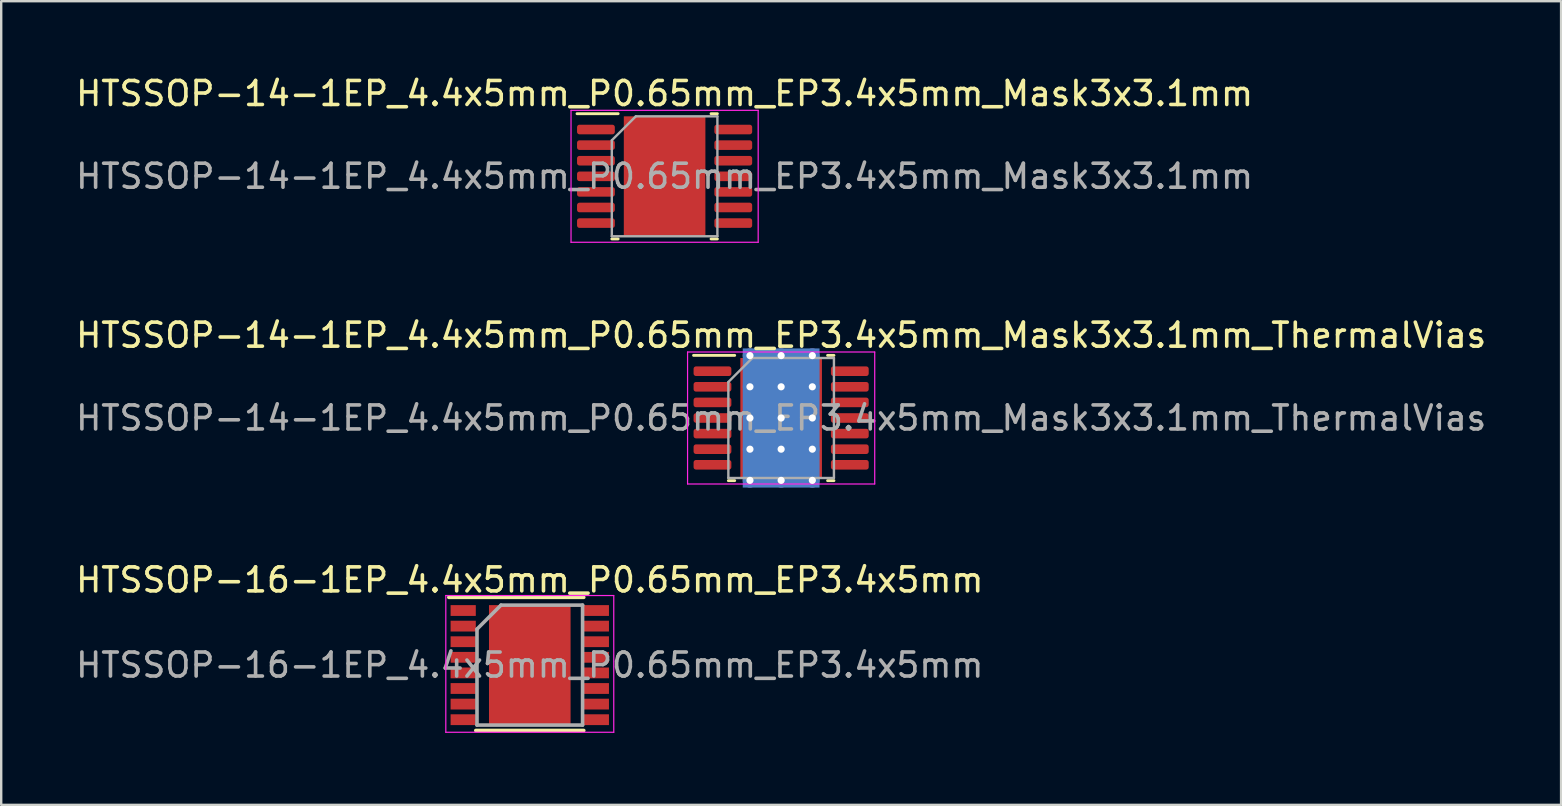
<source format=kicad_pcb>
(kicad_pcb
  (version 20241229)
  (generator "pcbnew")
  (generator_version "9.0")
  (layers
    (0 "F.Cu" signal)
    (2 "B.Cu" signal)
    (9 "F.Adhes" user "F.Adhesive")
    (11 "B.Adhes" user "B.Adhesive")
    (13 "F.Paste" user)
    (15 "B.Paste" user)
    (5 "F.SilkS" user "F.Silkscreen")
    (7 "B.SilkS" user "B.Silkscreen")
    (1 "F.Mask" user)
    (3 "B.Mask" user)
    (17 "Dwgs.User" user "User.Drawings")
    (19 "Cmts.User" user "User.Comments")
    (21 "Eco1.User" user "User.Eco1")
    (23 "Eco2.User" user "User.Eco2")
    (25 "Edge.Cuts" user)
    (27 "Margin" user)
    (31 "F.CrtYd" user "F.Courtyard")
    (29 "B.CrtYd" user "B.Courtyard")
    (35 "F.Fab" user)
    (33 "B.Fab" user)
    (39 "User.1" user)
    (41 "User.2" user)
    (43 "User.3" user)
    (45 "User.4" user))
  (footprint "HTSSOP-14-1EP_4.4x5mm_P0.65mm_EP3.4x5mm_Mask3x3.1mm"
    (layer "F.Cu")
    (at 24.649 4.298)
    (property "Reference" "HTSSOP-14-1EP_4.4x5mm_P0.65mm_EP3.4x5mm_Mask3x3.1mm" (at 0 -3.45 0) (layer "F.SilkS") (effects (font (size 1 1) (thickness 0.15))))
    (attr smd)
    (fp_line (start -1.936 -2.61) (end -3.65 -2.61) (stroke (width 0.12) (type solid)) (layer "F.SilkS"))
    (fp_line (start -1.936 2.61) (end -2.2 2.61) (stroke (width 0.12) (type solid)) (layer "F.SilkS"))
    (fp_line (start 1.936 -2.61) (end 2.2 -2.61) (stroke (width 0.12) (type solid)) (layer "F.SilkS"))
    (fp_line (start 1.936 2.61) (end 2.2 2.61) (stroke (width 0.12) (type solid)) (layer "F.SilkS"))
    (fp_line (start -3.9 -2.75) (end -3.9 2.75) (stroke (width 0.05) (type solid)) (layer "F.CrtYd"))
    (fp_line (start -3.9 2.75) (end 3.9 2.75) (stroke (width 0.05) (type solid)) (layer "F.CrtYd"))
    (fp_line (start 3.9 -2.75) (end -3.9 -2.75) (stroke (width 0.05) (type solid)) (layer "F.CrtYd"))
    (fp_line (start 3.9 2.75) (end 3.9 -2.75) (stroke (width 0.05) (type solid)) (layer "F.CrtYd"))
    (fp_line (start -2.2 -1.5) (end -1.2 -2.5) (stroke (width 0.1) (type solid)) (layer "F.Fab"))
    (fp_line (start -2.2 2.5) (end -2.2 -1.5) (stroke (width 0.1) (type solid)) (layer "F.Fab"))
    (fp_line (start -1.2 -2.5) (end 2.2 -2.5) (stroke (width 0.1) (type solid)) (layer "F.Fab"))
    (fp_line (start 2.2 -2.5) (end 2.2 2.5) (stroke (width 0.1) (type solid)) (layer "F.Fab"))
    (fp_line (start 2.2 2.5) (end -2.2 2.5) (stroke (width 0.1) (type solid)) (layer "F.Fab"))
    (fp_text user "${REFERENCE}" (at 0 0 0) (layer "F.Fab") (effects (font (size 1 1) (thickness 0.15))))
    (pad "" smd roundrect (at -0.75 -0.775) (size 1.21 1.25) (layers "F.Paste") (roundrect_rratio 0.207))
    (pad "" smd roundrect (at -0.75 0.775) (size 1.21 1.25) (layers "F.Paste") (roundrect_rratio 0.207))
    (pad "" smd rect (at 0 0) (size 3 3.1) (layers "F.Mask"))
    (pad "" smd roundrect (at 0.75 -0.775) (size 1.21 1.25) (layers "F.Paste") (roundrect_rratio 0.207))
    (pad "" smd roundrect (at 0.75 0.775) (size 1.21 1.25) (layers "F.Paste") (roundrect_rratio 0.207))
    (pad "1" smd roundrect (at -2.862 -1.95) (size 1.575 0.4) (layers "F.Cu" "F.Mask" "F.Paste") (roundrect_rratio 0.25))
    (pad "2" smd roundrect (at -2.862 -1.3) (size 1.575 0.4) (layers "F.Cu" "F.Mask" "F.Paste") (roundrect_rratio 0.25))
    (pad "3" smd roundrect (at -2.862 -0.65) (size 1.575 0.4) (layers "F.Cu" "F.Mask" "F.Paste") (roundrect_rratio 0.25))
    (pad "4" smd roundrect (at -2.862 0) (size 1.575 0.4) (layers "F.Cu" "F.Mask" "F.Paste") (roundrect_rratio 0.25))
    (pad "5" smd roundrect (at -2.862 0.65) (size 1.575 0.4) (layers "F.Cu" "F.Mask" "F.Paste") (roundrect_rratio 0.25))
    (pad "6" smd roundrect (at -2.862 1.3) (size 1.575 0.4) (layers "F.Cu" "F.Mask" "F.Paste") (roundrect_rratio 0.25))
    (pad "7" smd roundrect (at -2.862 1.95) (size 1.575 0.4) (layers "F.Cu" "F.Mask" "F.Paste") (roundrect_rratio 0.25))
    (pad "8" smd roundrect (at 2.862 1.95) (size 1.575 0.4) (layers "F.Cu" "F.Mask" "F.Paste") (roundrect_rratio 0.25))
    (pad "9" smd roundrect (at 2.862 1.3) (size 1.575 0.4) (layers "F.Cu" "F.Mask" "F.Paste") (roundrect_rratio 0.25))
    (pad "10" smd roundrect (at 2.862 0.65) (size 1.575 0.4) (layers "F.Cu" "F.Mask" "F.Paste") (roundrect_rratio 0.25))
    (pad "11" smd roundrect (at 2.862 0) (size 1.575 0.4) (layers "F.Cu" "F.Mask" "F.Paste") (roundrect_rratio 0.25))
    (pad "12" smd roundrect (at 2.862 -0.65) (size 1.575 0.4) (layers "F.Cu" "F.Mask" "F.Paste") (roundrect_rratio 0.25))
    (pad "13" smd roundrect (at 2.862 -1.3) (size 1.575 0.4) (layers "F.Cu" "F.Mask" "F.Paste") (roundrect_rratio 0.25))
    (pad "14" smd roundrect (at 2.862 -1.95) (size 1.575 0.4) (layers "F.Cu" "F.Mask" "F.Paste") (roundrect_rratio 0.25))
    (pad "15" smd rect (at 0 0) (size 3.4 5) (layers "F.Cu")))
  (footprint "HTSSOP-14-1EP_4.4x5mm_P0.65mm_EP3.4x5mm_Mask3x3.1mm_ThermalVias"
    (layer "F.Cu")
    (at 29.506 14.371)
    (property "Reference" "HTSSOP-14-1EP_4.4x5mm_P0.65mm_EP3.4x5mm_Mask3x3.1mm_ThermalVias" (at 0 -3.45 0) (layer "F.SilkS") (effects (font (size 1 1) (thickness 0.15))))
    (attr smd)
    (fp_line (start -1.936 -2.61) (end -3.65 -2.61) (stroke (width 0.12) (type solid)) (layer "F.SilkS"))
    (fp_line (start -1.936 2.61) (end -2.2 2.61) (stroke (width 0.12) (type solid)) (layer "F.SilkS"))
    (fp_line (start 1.936 -2.61) (end 2.2 -2.61) (stroke (width 0.12) (type solid)) (layer "F.SilkS"))
    (fp_line (start 1.936 2.61) (end 2.2 2.61) (stroke (width 0.12) (type solid)) (layer "F.SilkS"))
    (fp_line (start -3.9 -2.75) (end -3.9 2.75) (stroke (width 0.05) (type solid)) (layer "F.CrtYd"))
    (fp_line (start -3.9 2.75) (end 3.9 2.75) (stroke (width 0.05) (type solid)) (layer "F.CrtYd"))
    (fp_line (start 3.9 -2.75) (end -3.9 -2.75) (stroke (width 0.05) (type solid)) (layer "F.CrtYd"))
    (fp_line (start 3.9 2.75) (end 3.9 -2.75) (stroke (width 0.05) (type solid)) (layer "F.CrtYd"))
    (fp_line (start -2.2 -1.5) (end -1.2 -2.5) (stroke (width 0.1) (type solid)) (layer "F.Fab"))
    (fp_line (start -2.2 2.5) (end -2.2 -1.5) (stroke (width 0.1) (type solid)) (layer "F.Fab"))
    (fp_line (start -1.2 -2.5) (end 2.2 -2.5) (stroke (width 0.1) (type solid)) (layer "F.Fab"))
    (fp_line (start 2.2 -2.5) (end 2.2 2.5) (stroke (width 0.1) (type solid)) (layer "F.Fab"))
    (fp_line (start 2.2 2.5) (end -2.2 2.5) (stroke (width 0.1) (type solid)) (layer "F.Fab"))
    (fp_text user "${REFERENCE}" (at 0 0 0) (layer "F.Fab") (effects (font (size 1 1) (thickness 0.15))))
    (pad "" smd roundrect (at -0.75 -0.775) (size 1.21 1.25) (layers "F.Paste") (roundrect_rratio 0.207))
    (pad "" smd roundrect (at -0.75 0.775) (size 1.21 1.25) (layers "F.Paste") (roundrect_rratio 0.207))
    (pad "" smd rect (at 0 0) (size 3 3.1) (layers "F.Mask"))
    (pad "" smd roundrect (at 0.75 -0.775) (size 1.21 1.25) (layers "F.Paste") (roundrect_rratio 0.207))
    (pad "" smd roundrect (at 0.75 0.775) (size 1.21 1.25) (layers "F.Paste") (roundrect_rratio 0.207))
    (pad "1" smd roundrect (at -2.862 -1.95) (size 1.575 0.4) (layers "F.Cu" "F.Mask" "F.Paste") (roundrect_rratio 0.25))
    (pad "2" smd roundrect (at -2.862 -1.3) (size 1.575 0.4) (layers "F.Cu" "F.Mask" "F.Paste") (roundrect_rratio 0.25))
    (pad "3" smd roundrect (at -2.862 -0.65) (size 1.575 0.4) (layers "F.Cu" "F.Mask" "F.Paste") (roundrect_rratio 0.25))
    (pad "4" smd roundrect (at -2.862 0) (size 1.575 0.4) (layers "F.Cu" "F.Mask" "F.Paste") (roundrect_rratio 0.25))
    (pad "5" smd roundrect (at -2.862 0.65) (size 1.575 0.4) (layers "F.Cu" "F.Mask" "F.Paste") (roundrect_rratio 0.25))
    (pad "6" smd roundrect (at -2.862 1.3) (size 1.575 0.4) (layers "F.Cu" "F.Mask" "F.Paste") (roundrect_rratio 0.25))
    (pad "7" smd roundrect (at -2.862 1.95) (size 1.575 0.4) (layers "F.Cu" "F.Mask" "F.Paste") (roundrect_rratio 0.25))
    (pad "8" smd roundrect (at 2.862 1.95) (size 1.575 0.4) (layers "F.Cu" "F.Mask" "F.Paste") (roundrect_rratio 0.25))
    (pad "9" smd roundrect (at 2.862 1.3) (size 1.575 0.4) (layers "F.Cu" "F.Mask" "F.Paste") (roundrect_rratio 0.25))
    (pad "10" smd roundrect (at 2.862 0.65) (size 1.575 0.4) (layers "F.Cu" "F.Mask" "F.Paste") (roundrect_rratio 0.25))
    (pad "11" smd roundrect (at 2.862 0) (size 1.575 0.4) (layers "F.Cu" "F.Mask" "F.Paste") (roundrect_rratio 0.25))
    (pad "12" smd roundrect (at 2.862 -0.65) (size 1.575 0.4) (layers "F.Cu" "F.Mask" "F.Paste") (roundrect_rratio 0.25))
    (pad "13" smd roundrect (at 2.862 -1.3) (size 1.575 0.4) (layers "F.Cu" "F.Mask" "F.Paste") (roundrect_rratio 0.25))
    (pad "14" smd roundrect (at 2.862 -1.95) (size 1.575 0.4) (layers "F.Cu" "F.Mask" "F.Paste") (roundrect_rratio 0.25))
    (pad "15" thru_hole circle (at -1.3 -2.6) (size 0.6 0.6) (drill 0.3) (layers "*.Cu"))
    (pad "15" thru_hole circle (at -1.3 -1.3) (size 0.6 0.6) (drill 0.3) (layers "*.Cu"))
    (pad "15" thru_hole circle (at -1.3 0) (size 0.6 0.6) (drill 0.3) (layers "*.Cu"))
    (pad "15" thru_hole circle (at -1.3 1.3) (size 0.6 0.6) (drill 0.3) (layers "*.Cu"))
    (pad "15" thru_hole circle (at -1.3 2.6) (size 0.6 0.6) (drill 0.3) (layers "*.Cu"))
    (pad "15" thru_hole circle (at 0 -2.6) (size 0.6 0.6) (drill 0.3) (layers "*.Cu"))
    (pad "15" thru_hole circle (at 0 -1.3) (size 0.6 0.6) (drill 0.3) (layers "*.Cu"))
    (pad "15" thru_hole circle (at 0 0) (size 0.6 0.6) (drill 0.3) (layers "*.Cu"))
    (pad "15" smd rect (at 0 0) (size 3.2 5.8) (layers "B.Cu"))
    (pad "15" smd rect (at 0 0) (size 3.4 5) (layers "F.Cu"))
    (pad "15" thru_hole circle (at 0 1.3) (size 0.6 0.6) (drill 0.3) (layers "*.Cu"))
    (pad "15" thru_hole circle (at 0 2.6) (size 0.6 0.6) (drill 0.3) (layers "*.Cu"))
    (pad "15" thru_hole circle (at 1.3 -2.6) (size 0.6 0.6) (drill 0.3) (layers "*.Cu"))
    (pad "15" thru_hole circle (at 1.3 -1.3) (size 0.6 0.6) (drill 0.3) (layers "*.Cu"))
    (pad "15" thru_hole circle (at 1.3 0) (size 0.6 0.6) (drill 0.3) (layers "*.Cu"))
    (pad "15" thru_hole circle (at 1.3 1.3) (size 0.6 0.6) (drill 0.3) (layers "*.Cu"))
    (pad "15" thru_hole circle (at 1.3 2.6) (size 0.6 0.6) (drill 0.3) (layers "*.Cu")))
  (footprint "HTSSOP-16-1EP_4.4x5mm_P0.65mm_EP3.4x5mm"
    (layer "F.Cu")
    (at 19.03 24.67)
    (property "Reference" "HTSSOP-16-1EP_4.4x5mm_P0.65mm_EP3.4x5mm" (at 0 -3.55 0) (layer "F.SilkS") (effects (font (size 1 1) (thickness 0.15))))
    (attr smd)
    (fp_line (start -3.375 -2.825) (end 2.25 -2.825) (stroke (width 0.15) (type solid)) (layer "F.SilkS"))
    (fp_line (start -2.25 2.725) (end 2.25 2.725) (stroke (width 0.15) (type solid)) (layer "F.SilkS"))
    (fp_line (start -3.5 -2.9) (end -3.5 2.8) (stroke (width 0.05) (type solid)) (layer "F.CrtYd"))
    (fp_line (start -3.5 -2.9) (end 3.5 -2.9) (stroke (width 0.05) (type solid)) (layer "F.CrtYd"))
    (fp_line (start -3.5 2.8) (end 3.5 2.8) (stroke (width 0.05) (type solid)) (layer "F.CrtYd"))
    (fp_line (start 3.5 -2.9) (end 3.5 2.8) (stroke (width 0.05) (type solid)) (layer "F.CrtYd"))
    (fp_line (start -2.2 -1.5) (end -1.2 -2.5) (stroke (width 0.15) (type solid)) (layer "F.Fab"))
    (fp_line (start -2.2 2.5) (end -2.2 -1.5) (stroke (width 0.15) (type solid)) (layer "F.Fab"))
    (fp_line (start -1.2 -2.5) (end 2.2 -2.5) (stroke (width 0.15) (type solid)) (layer "F.Fab"))
    (fp_line (start 2.2 -2.5) (end 2.2 2.5) (stroke (width 0.15) (type solid)) (layer "F.Fab"))
    (fp_line (start 2.2 2.5) (end -2.2 2.5) (stroke (width 0.15) (type solid)) (layer "F.Fab"))
    (fp_text user "${REFERENCE}" (at 0 0 0) (layer "F.Fab") (effects (font (size 1 1) (thickness 0.15))))
    (pad "" smd rect (at -1.133 -1.875) (size 0.88 1.05) (layers "F.Paste"))
    (pad "" smd rect (at -1.133 -0.625) (size 0.88 1.05) (layers "F.Paste"))
    (pad "" smd rect (at -1.133 0.625) (size 0.88 1.05) (layers "F.Paste"))
    (pad "" smd rect (at -1.133 1.875) (size 0.88 1.05) (layers "F.Paste"))
    (pad "" smd rect (at 0 -1.875) (size 0.88 1.05) (layers "F.Paste"))
    (pad "" smd rect (at 0 -0.625) (size 0.88 1.05) (layers "F.Paste"))
    (pad "" smd rect (at 0 0.625) (size 0.88 1.05) (layers "F.Paste"))
    (pad "" smd rect (at 0 1.875) (size 0.88 1.05) (layers "F.Paste"))
    (pad "" smd rect (at 1.133 -1.875) (size 0.88 1.05) (layers "F.Paste"))
    (pad "" smd rect (at 1.133 -0.625) (size 0.88 1.05) (layers "F.Paste"))
    (pad "" smd rect (at 1.133 0.625) (size 0.88 1.05) (layers "F.Paste"))
    (pad "" smd rect (at 1.133 1.875) (size 0.88 1.05) (layers "F.Paste"))
    (pad "1" smd rect (at -2.775 -2.275) (size 1.05 0.45) (layers "F.Cu" "F.Mask" "F.Paste"))
    (pad "2" smd rect (at -2.775 -1.625) (size 1.05 0.45) (layers "F.Cu" "F.Mask" "F.Paste"))
    (pad "3" smd rect (at -2.775 -0.975) (size 1.05 0.45) (layers "F.Cu" "F.Mask" "F.Paste"))
    (pad "4" smd rect (at -2.775 -0.325) (size 1.05 0.45) (layers "F.Cu" "F.Mask" "F.Paste"))
    (pad "5" smd rect (at -2.775 0.325) (size 1.05 0.45) (layers "F.Cu" "F.Mask" "F.Paste"))
    (pad "6" smd rect (at -2.775 0.975) (size 1.05 0.45) (layers "F.Cu" "F.Mask" "F.Paste"))
    (pad "7" smd rect (at -2.775 1.625) (size 1.05 0.45) (layers "F.Cu" "F.Mask" "F.Paste"))
    (pad "8" smd rect (at -2.775 2.275) (size 1.05 0.45) (layers "F.Cu" "F.Mask" "F.Paste"))
    (pad "9" smd rect (at 2.775 2.275) (size 1.05 0.45) (layers "F.Cu" "F.Mask" "F.Paste"))
    (pad "10" smd rect (at 2.775 1.625) (size 1.05 0.45) (layers "F.Cu" "F.Mask" "F.Paste"))
    (pad "11" smd rect (at 2.775 0.975) (size 1.05 0.45) (layers "F.Cu" "F.Mask" "F.Paste"))
    (pad "12" smd rect (at 2.775 0.325) (size 1.05 0.45) (layers "F.Cu" "F.Mask" "F.Paste"))
    (pad "13" smd rect (at 2.775 -0.325) (size 1.05 0.45) (layers "F.Cu" "F.Mask" "F.Paste"))
    (pad "14" smd rect (at 2.775 -0.975) (size 1.05 0.45) (layers "F.Cu" "F.Mask" "F.Paste"))
    (pad "15" smd rect (at 2.775 -1.625) (size 1.05 0.45) (layers "F.Cu" "F.Mask" "F.Paste"))
    (pad "16" smd rect (at 2.775 -2.275) (size 1.05 0.45) (layers "F.Cu" "F.Mask" "F.Paste"))
    (pad "17" smd rect (at 0 0) (size 3.4 5) (layers "F.Cu" "F.Mask")))
  (gr_rect
    (start -3 -3)
    (end 62.012 30.495)
    (stroke (width 0.1) (type default))
    (fill no)
    (layer "Edge.Cuts")))
</source>
